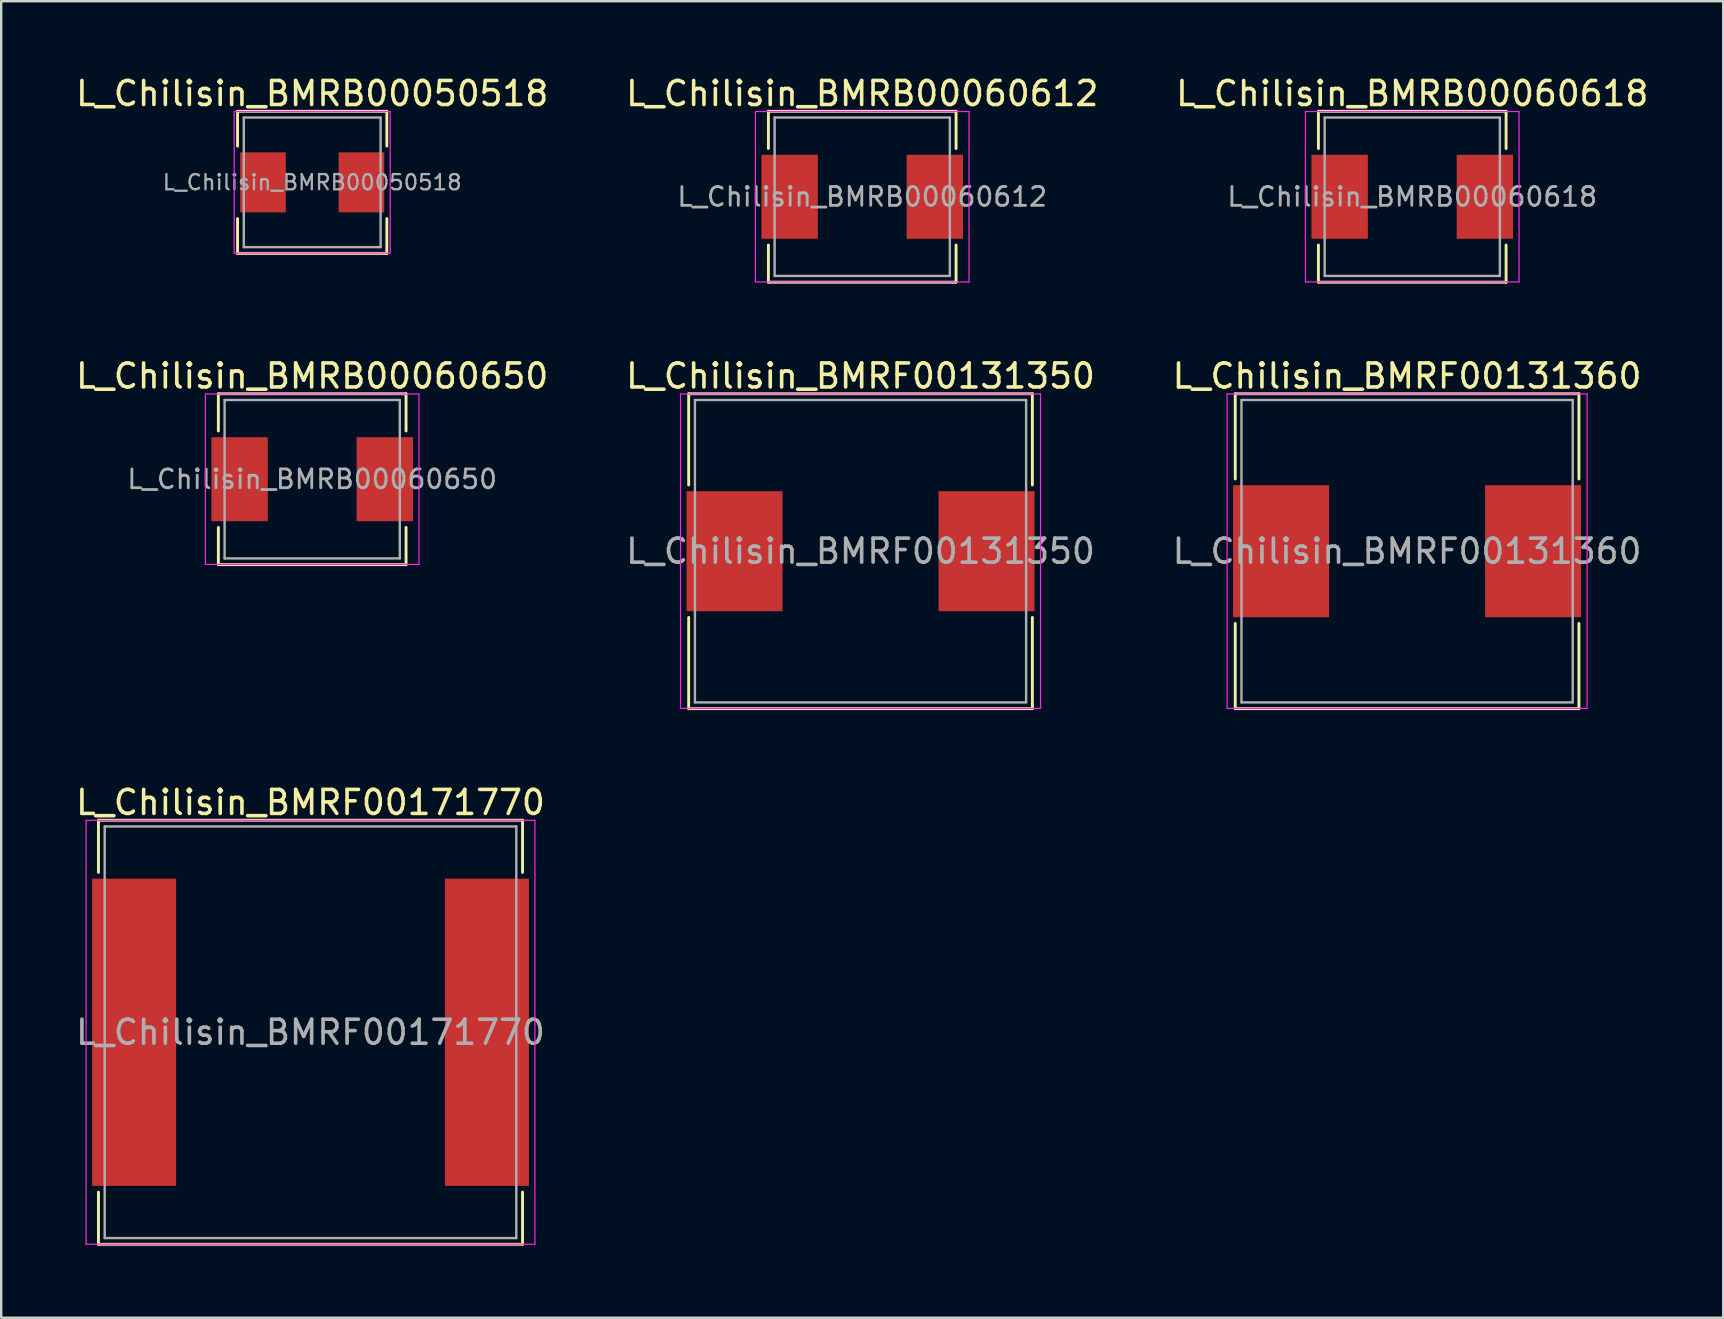
<source format=kicad_pcb>
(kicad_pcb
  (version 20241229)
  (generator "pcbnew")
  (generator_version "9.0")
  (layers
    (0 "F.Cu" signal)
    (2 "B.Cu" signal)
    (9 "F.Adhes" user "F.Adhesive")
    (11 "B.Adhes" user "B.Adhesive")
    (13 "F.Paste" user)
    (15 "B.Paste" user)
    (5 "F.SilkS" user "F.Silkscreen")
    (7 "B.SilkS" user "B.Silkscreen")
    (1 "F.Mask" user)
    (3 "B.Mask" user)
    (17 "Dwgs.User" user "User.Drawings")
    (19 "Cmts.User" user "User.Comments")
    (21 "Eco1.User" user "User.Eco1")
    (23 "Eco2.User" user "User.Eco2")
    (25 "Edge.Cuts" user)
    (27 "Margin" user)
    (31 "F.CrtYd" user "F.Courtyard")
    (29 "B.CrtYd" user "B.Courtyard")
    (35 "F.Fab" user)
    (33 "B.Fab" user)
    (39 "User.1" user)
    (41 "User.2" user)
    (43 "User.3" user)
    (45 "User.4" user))
  (footprint "L_Chilisin_BMRF00131360"
    (layer "F.Cu")
    (at 55.577 19.916)
    (property "Reference" "L_Chilisin_BMRF00131360" (at 0 -7.3 0) (layer "F.SilkS") (effects (font (size 1 1) (thickness 0.15))))
    (attr smd)
    (fp_line (start -7.16 -6.56) (end -7.16 -3.01) (stroke (width 0.12) (type solid)) (layer "F.SilkS"))
    (fp_line (start -7.16 -6.56) (end 7.16 -6.56) (stroke (width 0.12) (type solid)) (layer "F.SilkS"))
    (fp_line (start -7.16 6.56) (end -7.16 3.01) (stroke (width 0.12) (type solid)) (layer "F.SilkS"))
    (fp_line (start -7.16 6.56) (end 7.16 6.56) (stroke (width 0.12) (type solid)) (layer "F.SilkS"))
    (fp_line (start 7.16 -6.56) (end 7.16 -3.01) (stroke (width 0.12) (type solid)) (layer "F.SilkS"))
    (fp_line (start 7.16 6.56) (end 7.16 3.01) (stroke (width 0.12) (type solid)) (layer "F.SilkS"))
    (fp_line (start -7.5 -6.55) (end -7.5 6.55) (stroke (width 0.05) (type solid)) (layer "F.CrtYd"))
    (fp_line (start -7.5 6.55) (end 7.5 6.55) (stroke (width 0.05) (type solid)) (layer "F.CrtYd"))
    (fp_line (start 7.5 -6.55) (end -7.5 -6.55) (stroke (width 0.05) (type solid)) (layer "F.CrtYd"))
    (fp_line (start 7.5 6.55) (end 7.5 -6.55) (stroke (width 0.05) (type solid)) (layer "F.CrtYd"))
    (fp_line (start -6.9 -6.3) (end -6.9 6.3) (stroke (width 0.1) (type solid)) (layer "F.Fab"))
    (fp_line (start -6.9 6.3) (end 6.9 6.3) (stroke (width 0.1) (type solid)) (layer "F.Fab"))
    (fp_line (start 6.9 -6.3) (end -6.9 -6.3) (stroke (width 0.1) (type solid)) (layer "F.Fab"))
    (fp_line (start 6.9 6.3) (end 6.9 -6.3) (stroke (width 0.1) (type solid)) (layer "F.Fab"))
    (fp_text user "${REFERENCE}" (at 0 0 0) (layer "F.Fab") (effects (font (size 1 1) (thickness 0.15))))
    (pad "1" smd rect (at -5.25 0) (size 4 5.5) (layers "F.Cu" "F.Mask" "F.Paste"))
    (pad "2" smd rect (at 5.25 0) (size 4 5.5) (layers "F.Cu" "F.Mask" "F.Paste")))
  (footprint "L_Chilisin_BMRF00131350"
    (layer "F.Cu")
    (at 32.804 19.916)
    (property "Reference" "L_Chilisin_BMRF00131350" (at 0 -7.3 0) (layer "F.SilkS") (effects (font (size 1 1) (thickness 0.15))))
    (attr smd)
    (fp_line (start -7.16 -6.56) (end -7.16 -2.76) (stroke (width 0.12) (type solid)) (layer "F.SilkS"))
    (fp_line (start -7.16 -6.56) (end 7.16 -6.56) (stroke (width 0.12) (type solid)) (layer "F.SilkS"))
    (fp_line (start -7.16 6.56) (end -7.16 2.76) (stroke (width 0.12) (type solid)) (layer "F.SilkS"))
    (fp_line (start -7.16 6.56) (end 7.16 6.56) (stroke (width 0.12) (type solid)) (layer "F.SilkS"))
    (fp_line (start 7.16 -6.56) (end 7.16 -2.76) (stroke (width 0.12) (type solid)) (layer "F.SilkS"))
    (fp_line (start 7.16 6.56) (end 7.16 2.76) (stroke (width 0.12) (type solid)) (layer "F.SilkS"))
    (fp_line (start -7.5 -6.55) (end -7.5 6.55) (stroke (width 0.05) (type solid)) (layer "F.CrtYd"))
    (fp_line (start -7.5 6.55) (end 7.5 6.55) (stroke (width 0.05) (type solid)) (layer "F.CrtYd"))
    (fp_line (start 7.5 -6.55) (end -7.5 -6.55) (stroke (width 0.05) (type solid)) (layer "F.CrtYd"))
    (fp_line (start 7.5 6.55) (end 7.5 -6.55) (stroke (width 0.05) (type solid)) (layer "F.CrtYd"))
    (fp_line (start -6.9 -6.3) (end -6.9 6.3) (stroke (width 0.1) (type solid)) (layer "F.Fab"))
    (fp_line (start -6.9 6.3) (end 6.9 6.3) (stroke (width 0.1) (type solid)) (layer "F.Fab"))
    (fp_line (start 6.9 -6.3) (end -6.9 -6.3) (stroke (width 0.1) (type solid)) (layer "F.Fab"))
    (fp_line (start 6.9 6.3) (end 6.9 -6.3) (stroke (width 0.1) (type solid)) (layer "F.Fab"))
    (fp_text user "${REFERENCE}" (at 0 0 0) (layer "F.Fab") (effects (font (size 1 1) (thickness 0.15))))
    (pad "1" smd rect (at -5.25 0) (size 4 5) (layers "F.Cu" "F.Mask" "F.Paste"))
    (pad "2" smd rect (at 5.25 0) (size 4 5) (layers "F.Cu" "F.Mask" "F.Paste")))
  (footprint "L_Chilisin_BMRF00171770"
    (layer "F.Cu")
    (at 9.887 39.96)
    (property "Reference" "L_Chilisin_BMRF00171770" (at 0 -9.575 0) (layer "F.SilkS") (effects (font (size 1 1) (thickness 0.15))))
    (attr smd)
    (fp_line (start -8.835 -8.835) (end -8.835 -6.66) (stroke (width 0.12) (type solid)) (layer "F.SilkS"))
    (fp_line (start -8.835 -8.835) (end 8.835 -8.835) (stroke (width 0.12) (type solid)) (layer "F.SilkS"))
    (fp_line (start -8.835 8.835) (end -8.835 6.66) (stroke (width 0.12) (type solid)) (layer "F.SilkS"))
    (fp_line (start -8.835 8.835) (end 8.835 8.835) (stroke (width 0.12) (type solid)) (layer "F.SilkS"))
    (fp_line (start 8.835 -8.835) (end 8.835 -6.66) (stroke (width 0.12) (type solid)) (layer "F.SilkS"))
    (fp_line (start 8.835 8.835) (end 8.835 6.66) (stroke (width 0.12) (type solid)) (layer "F.SilkS"))
    (fp_line (start -9.35 -8.83) (end -9.35 8.83) (stroke (width 0.05) (type solid)) (layer "F.CrtYd"))
    (fp_line (start -9.35 8.83) (end 9.35 8.83) (stroke (width 0.05) (type solid)) (layer "F.CrtYd"))
    (fp_line (start 9.35 -8.83) (end -9.35 -8.83) (stroke (width 0.05) (type solid)) (layer "F.CrtYd"))
    (fp_line (start 9.35 8.83) (end 9.35 -8.83) (stroke (width 0.05) (type solid)) (layer "F.CrtYd"))
    (fp_line (start -8.575 -8.575) (end -8.575 8.575) (stroke (width 0.1) (type solid)) (layer "F.Fab"))
    (fp_line (start -8.575 8.575) (end 8.575 8.575) (stroke (width 0.1) (type solid)) (layer "F.Fab"))
    (fp_line (start 8.575 -8.575) (end -8.575 -8.575) (stroke (width 0.1) (type solid)) (layer "F.Fab"))
    (fp_line (start 8.575 8.575) (end 8.575 -8.575) (stroke (width 0.1) (type solid)) (layer "F.Fab"))
    (fp_text user "${REFERENCE}" (at 0 0 0) (layer "F.Fab") (effects (font (size 1 1) (thickness 0.15))))
    (pad "1" smd rect (at -7.35 0) (size 3.5 12.8) (layers "F.Cu" "F.Mask" "F.Paste"))
    (pad "2" smd rect (at 7.35 0) (size 3.5 12.8) (layers "F.Cu" "F.Mask" "F.Paste")))
  (footprint "L_Chilisin_BMRB00060650"
    (layer "F.Cu")
    (at 9.958 16.916)
    (property "Reference" "L_Chilisin_BMRB00060650" (at 0 -4.3 0) (layer "F.SilkS") (effects (font (size 1 1) (thickness 0.15))))
    (attr smd)
    (fp_line (start -3.91 -3.56) (end -3.91 -2.01) (stroke (width 0.12) (type solid)) (layer "F.SilkS"))
    (fp_line (start -3.91 -3.56) (end 3.91 -3.56) (stroke (width 0.12) (type solid)) (layer "F.SilkS"))
    (fp_line (start -3.91 3.56) (end -3.91 2.01) (stroke (width 0.12) (type solid)) (layer "F.SilkS"))
    (fp_line (start -3.91 3.56) (end 3.91 3.56) (stroke (width 0.12) (type solid)) (layer "F.SilkS"))
    (fp_line (start 3.91 -3.56) (end 3.91 -2.01) (stroke (width 0.12) (type solid)) (layer "F.SilkS"))
    (fp_line (start 3.91 3.56) (end 3.91 2.01) (stroke (width 0.12) (type solid)) (layer "F.SilkS"))
    (fp_line (start -4.45 -3.55) (end -4.45 3.55) (stroke (width 0.05) (type solid)) (layer "F.CrtYd"))
    (fp_line (start -4.45 3.55) (end 4.45 3.55) (stroke (width 0.05) (type solid)) (layer "F.CrtYd"))
    (fp_line (start 4.45 -3.55) (end -4.45 -3.55) (stroke (width 0.05) (type solid)) (layer "F.CrtYd"))
    (fp_line (start 4.45 3.55) (end 4.45 -3.55) (stroke (width 0.05) (type solid)) (layer "F.CrtYd"))
    (fp_line (start -3.65 -3.3) (end -3.65 3.3) (stroke (width 0.1) (type solid)) (layer "F.Fab"))
    (fp_line (start -3.65 3.3) (end 3.65 3.3) (stroke (width 0.1) (type solid)) (layer "F.Fab"))
    (fp_line (start 3.65 -3.3) (end -3.65 -3.3) (stroke (width 0.1) (type solid)) (layer "F.Fab"))
    (fp_line (start 3.65 3.3) (end 3.65 -3.3) (stroke (width 0.1) (type solid)) (layer "F.Fab"))
    (fp_text user "${REFERENCE}" (at 0 0 0) (layer "F.Fab") (effects (font (size 0.783 0.783) (thickness 0.117))))
    (pad "1" smd rect (at -3.025 0) (size 2.35 3.5) (layers "F.Cu" "F.Mask" "F.Paste"))
    (pad "2" smd rect (at 3.025 0) (size 2.35 3.5) (layers "F.Cu" "F.Mask" "F.Paste")))
  (footprint "L_Chilisin_BMRB00050518"
    (layer "F.Cu")
    (at 9.958 4.548)
    (property "Reference" "L_Chilisin_BMRB00050518" (at 0 -3.7 0) (layer "F.SilkS") (effects (font (size 1 1) (thickness 0.15))))
    (attr smd)
    (fp_line (start -3.11 -2.96) (end -3.11 -1.51) (stroke (width 0.12) (type solid)) (layer "F.SilkS"))
    (fp_line (start -3.11 -2.96) (end 3.11 -2.96) (stroke (width 0.12) (type solid)) (layer "F.SilkS"))
    (fp_line (start -3.11 2.96) (end -3.11 1.51) (stroke (width 0.12) (type solid)) (layer "F.SilkS"))
    (fp_line (start -3.11 2.96) (end 3.11 2.96) (stroke (width 0.12) (type solid)) (layer "F.SilkS"))
    (fp_line (start 3.11 -2.96) (end 3.11 -1.51) (stroke (width 0.12) (type solid)) (layer "F.SilkS"))
    (fp_line (start 3.11 2.96) (end 3.11 1.51) (stroke (width 0.12) (type solid)) (layer "F.SilkS"))
    (fp_line (start -3.25 -2.95) (end -3.25 2.95) (stroke (width 0.05) (type solid)) (layer "F.CrtYd"))
    (fp_line (start -3.25 2.95) (end 3.25 2.95) (stroke (width 0.05) (type solid)) (layer "F.CrtYd"))
    (fp_line (start 3.25 -2.95) (end -3.25 -2.95) (stroke (width 0.05) (type solid)) (layer "F.CrtYd"))
    (fp_line (start 3.25 2.95) (end 3.25 -2.95) (stroke (width 0.05) (type solid)) (layer "F.CrtYd"))
    (fp_line (start -2.85 -2.7) (end -2.85 2.7) (stroke (width 0.1) (type solid)) (layer "F.Fab"))
    (fp_line (start -2.85 2.7) (end 2.85 2.7) (stroke (width 0.1) (type solid)) (layer "F.Fab"))
    (fp_line (start 2.85 -2.7) (end -2.85 -2.7) (stroke (width 0.1) (type solid)) (layer "F.Fab"))
    (fp_line (start 2.85 2.7) (end 2.85 -2.7) (stroke (width 0.1) (type solid)) (layer "F.Fab"))
    (fp_text user "${REFERENCE}" (at 0 0 0) (layer "F.Fab") (effects (font (size 0.633 0.633) (thickness 0.095))))
    (pad "1" smd rect (at -2.05 0) (size 1.9 2.5) (layers "F.Cu" "F.Mask" "F.Paste"))
    (pad "2" smd rect (at 2.05 0) (size 1.9 2.5) (layers "F.Cu" "F.Mask" "F.Paste")))
  (footprint "L_Chilisin_BMRB00060612"
    (layer "F.Cu")
    (at 32.875 5.148)
    (property "Reference" "L_Chilisin_BMRB00060612" (at 0 -4.3 0) (layer "F.SilkS") (effects (font (size 1 1) (thickness 0.15))))
    (attr smd)
    (fp_line (start -3.91 -3.56) (end -3.91 -2.01) (stroke (width 0.12) (type solid)) (layer "F.SilkS"))
    (fp_line (start -3.91 -3.56) (end 3.91 -3.56) (stroke (width 0.12) (type solid)) (layer "F.SilkS"))
    (fp_line (start -3.91 3.56) (end -3.91 2.01) (stroke (width 0.12) (type solid)) (layer "F.SilkS"))
    (fp_line (start -3.91 3.56) (end 3.91 3.56) (stroke (width 0.12) (type solid)) (layer "F.SilkS"))
    (fp_line (start 3.91 -3.56) (end 3.91 -2.01) (stroke (width 0.12) (type solid)) (layer "F.SilkS"))
    (fp_line (start 3.91 3.56) (end 3.91 2.01) (stroke (width 0.12) (type solid)) (layer "F.SilkS"))
    (fp_line (start -4.45 -3.55) (end -4.45 3.55) (stroke (width 0.05) (type solid)) (layer "F.CrtYd"))
    (fp_line (start -4.45 3.55) (end 4.45 3.55) (stroke (width 0.05) (type solid)) (layer "F.CrtYd"))
    (fp_line (start 4.45 -3.55) (end -4.45 -3.55) (stroke (width 0.05) (type solid)) (layer "F.CrtYd"))
    (fp_line (start 4.45 3.55) (end 4.45 -3.55) (stroke (width 0.05) (type solid)) (layer "F.CrtYd"))
    (fp_line (start -3.65 -3.3) (end -3.65 3.3) (stroke (width 0.1) (type solid)) (layer "F.Fab"))
    (fp_line (start -3.65 3.3) (end 3.65 3.3) (stroke (width 0.1) (type solid)) (layer "F.Fab"))
    (fp_line (start 3.65 -3.3) (end -3.65 -3.3) (stroke (width 0.1) (type solid)) (layer "F.Fab"))
    (fp_line (start 3.65 3.3) (end 3.65 -3.3) (stroke (width 0.1) (type solid)) (layer "F.Fab"))
    (fp_text user "${REFERENCE}" (at 0 0 0) (layer "F.Fab") (effects (font (size 0.783 0.783) (thickness 0.117))))
    (pad "1" smd rect (at -3.025 0) (size 2.35 3.5) (layers "F.Cu" "F.Mask" "F.Paste"))
    (pad "2" smd rect (at 3.025 0) (size 2.35 3.5) (layers "F.Cu" "F.Mask" "F.Paste")))
  (footprint "L_Chilisin_BMRB00060618"
    (layer "F.Cu")
    (at 55.792 5.148)
    (property "Reference" "L_Chilisin_BMRB00060618" (at 0 -4.3 0) (layer "F.SilkS") (effects (font (size 1 1) (thickness 0.15))))
    (attr smd)
    (fp_line (start -3.91 -3.56) (end -3.91 -2.01) (stroke (width 0.12) (type solid)) (layer "F.SilkS"))
    (fp_line (start -3.91 -3.56) (end 3.91 -3.56) (stroke (width 0.12) (type solid)) (layer "F.SilkS"))
    (fp_line (start -3.91 3.56) (end -3.91 2.01) (stroke (width 0.12) (type solid)) (layer "F.SilkS"))
    (fp_line (start -3.91 3.56) (end 3.91 3.56) (stroke (width 0.12) (type solid)) (layer "F.SilkS"))
    (fp_line (start 3.91 -3.56) (end 3.91 -2.01) (stroke (width 0.12) (type solid)) (layer "F.SilkS"))
    (fp_line (start 3.91 3.56) (end 3.91 2.01) (stroke (width 0.12) (type solid)) (layer "F.SilkS"))
    (fp_line (start -4.45 -3.55) (end -4.45 3.55) (stroke (width 0.05) (type solid)) (layer "F.CrtYd"))
    (fp_line (start -4.45 3.55) (end 4.45 3.55) (stroke (width 0.05) (type solid)) (layer "F.CrtYd"))
    (fp_line (start 4.45 -3.55) (end -4.45 -3.55) (stroke (width 0.05) (type solid)) (layer "F.CrtYd"))
    (fp_line (start 4.45 3.55) (end 4.45 -3.55) (stroke (width 0.05) (type solid)) (layer "F.CrtYd"))
    (fp_line (start -3.65 -3.3) (end -3.65 3.3) (stroke (width 0.1) (type solid)) (layer "F.Fab"))
    (fp_line (start -3.65 3.3) (end 3.65 3.3) (stroke (width 0.1) (type solid)) (layer "F.Fab"))
    (fp_line (start 3.65 -3.3) (end -3.65 -3.3) (stroke (width 0.1) (type solid)) (layer "F.Fab"))
    (fp_line (start 3.65 3.3) (end 3.65 -3.3) (stroke (width 0.1) (type solid)) (layer "F.Fab"))
    (fp_text user "${REFERENCE}" (at 0 0 0) (layer "F.Fab") (effects (font (size 0.783 0.783) (thickness 0.117))))
    (pad "1" smd rect (at -3.025 0) (size 2.35 3.5) (layers "F.Cu" "F.Mask" "F.Paste"))
    (pad "2" smd rect (at 3.025 0) (size 2.35 3.5) (layers "F.Cu" "F.Mask" "F.Paste")))
  (gr_rect
    (start -3 -3)
    (end 68.75 51.855)
    (stroke (width 0.1) (type default))
    (fill no)
    (layer "Edge.Cuts")))
</source>
